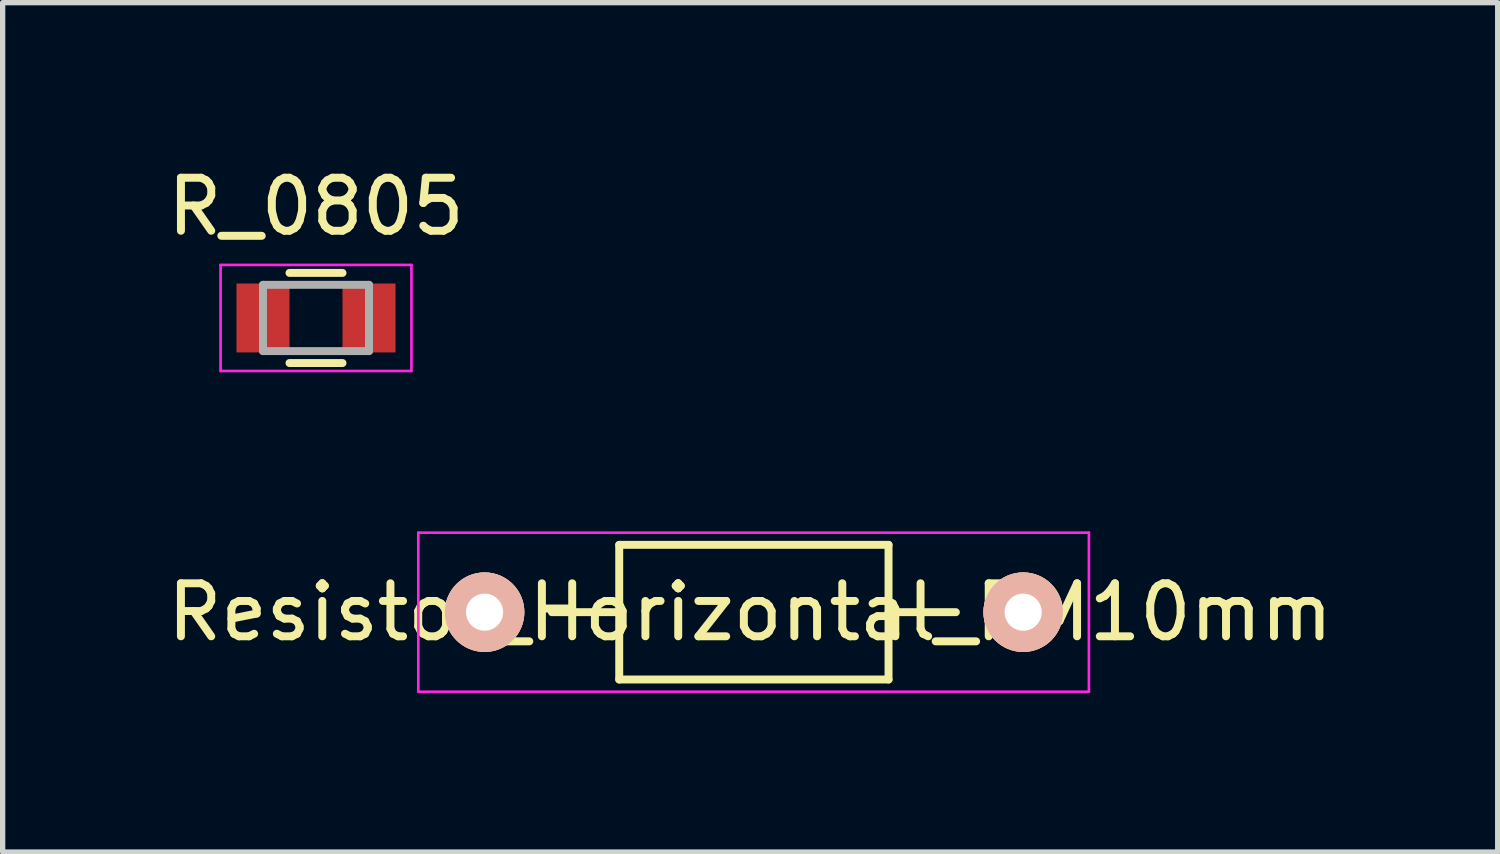
<source format=kicad_pcb>
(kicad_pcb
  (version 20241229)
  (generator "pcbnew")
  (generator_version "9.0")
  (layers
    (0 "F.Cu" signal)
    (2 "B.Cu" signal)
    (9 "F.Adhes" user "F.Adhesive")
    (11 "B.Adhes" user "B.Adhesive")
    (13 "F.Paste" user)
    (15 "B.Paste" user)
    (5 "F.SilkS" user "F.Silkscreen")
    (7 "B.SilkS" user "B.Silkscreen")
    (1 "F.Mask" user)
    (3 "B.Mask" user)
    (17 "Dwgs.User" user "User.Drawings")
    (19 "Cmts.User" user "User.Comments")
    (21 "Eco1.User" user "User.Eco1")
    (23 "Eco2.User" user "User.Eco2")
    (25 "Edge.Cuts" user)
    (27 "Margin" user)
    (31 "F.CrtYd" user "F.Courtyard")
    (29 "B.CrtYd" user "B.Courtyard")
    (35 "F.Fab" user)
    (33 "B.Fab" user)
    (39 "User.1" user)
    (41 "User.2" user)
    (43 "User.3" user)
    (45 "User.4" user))
  (footprint "Resistor_Horizontal_RM10mm"
    (layer "F.Cu")
    (at 6.091 8.498)
    (property "Reference" "Resistor_Horizontal_RM10mm" (at 5.01 0 0) (layer "F.SilkS") (effects (font (size 1 1) (thickness 0.15))))
    (attr through_hole)
    (fp_line (start 2.54 -1.27) (end 7.62 -1.27) (stroke (width 0.15) (type solid)) (layer "F.SilkS"))
    (fp_line (start 2.54 0) (end 1.27 0) (stroke (width 0.15) (type solid)) (layer "F.SilkS"))
    (fp_line (start 2.54 1.27) (end 2.54 -1.27) (stroke (width 0.15) (type solid)) (layer "F.SilkS"))
    (fp_line (start 7.62 -1.27) (end 7.62 1.27) (stroke (width 0.15) (type solid)) (layer "F.SilkS"))
    (fp_line (start 7.62 0) (end 8.89 0) (stroke (width 0.15) (type solid)) (layer "F.SilkS"))
    (fp_line (start 7.62 1.27) (end 2.54 1.27) (stroke (width 0.15) (type solid)) (layer "F.SilkS"))
    (fp_line (start -1.25 -1.5) (end 11.4 -1.5) (stroke (width 0.05) (type solid)) (layer "F.CrtYd"))
    (fp_line (start -1.25 1.5) (end -1.25 -1.5) (stroke (width 0.05) (type solid)) (layer "F.CrtYd"))
    (fp_line (start -1.25 1.5) (end 11.4 1.5) (stroke (width 0.05) (type solid)) (layer "F.CrtYd"))
    (fp_line (start 11.4 -1.5) (end 11.4 1.5) (stroke (width 0.05) (type solid)) (layer "F.CrtYd"))
    (pad "1" thru_hole circle (at 0 0) (size 1.5 1.5) (drill 0.7) (layers "*.Cu" "*.SilkS" "*.Mask"))
    (pad "2" thru_hole circle (at 10.16 0) (size 1.5 1.5) (drill 0.7) (layers "*.Cu" "*.SilkS" "*.Mask")))
  (footprint "R_0805"
    (layer "F.Cu")
    (at 2.911 2.948)
    (property "Reference" "R_0805" (at 0 -2.1 0) (layer "F.SilkS") (effects (font (size 1 1) (thickness 0.15))))
    (attr smd)
    (fp_line (start -0.5 0.85) (end 0.5 0.85) (stroke (width 0.15) (type solid)) (layer "F.SilkS"))
    (fp_line (start 0.5 -0.85) (end -0.5 -0.85) (stroke (width 0.15) (type solid)) (layer "F.SilkS"))
    (fp_line (start -1.8 -1) (end -1.8 1) (stroke (width 0.05) (type solid)) (layer "F.CrtYd"))
    (fp_line (start -1.8 -1) (end 1.8 -1) (stroke (width 0.05) (type solid)) (layer "F.CrtYd"))
    (fp_line (start -1.8 1) (end 1.8 1) (stroke (width 0.05) (type solid)) (layer "F.CrtYd"))
    (fp_line (start 1.8 -1) (end 1.8 1) (stroke (width 0.05) (type solid)) (layer "F.CrtYd"))
    (fp_line (start -1 -0.625) (end 1 -0.625) (stroke (width 0.15) (type solid)) (layer "F.Fab"))
    (fp_line (start -1 0.625) (end -1 -0.625) (stroke (width 0.15) (type solid)) (layer "F.Fab"))
    (fp_line (start 1 -0.625) (end 1 0.625) (stroke (width 0.15) (type solid)) (layer "F.Fab"))
    (fp_line (start 1 0.625) (end -1 0.625) (stroke (width 0.15) (type solid)) (layer "F.Fab"))
    (pad "1" smd rect (at -1 0) (size 1 1.3) (layers "F.Cu" "F.Mask" "F.Paste"))
    (pad "2" smd rect (at 1 0) (size 1 1.3) (layers "F.Cu" "F.Mask" "F.Paste")))
  (gr_rect
    (start -3 -3)
    (end 25.202 13.023)
    (stroke (width 0.1) (type default))
    (fill no)
    (layer "Edge.Cuts")))
</source>
